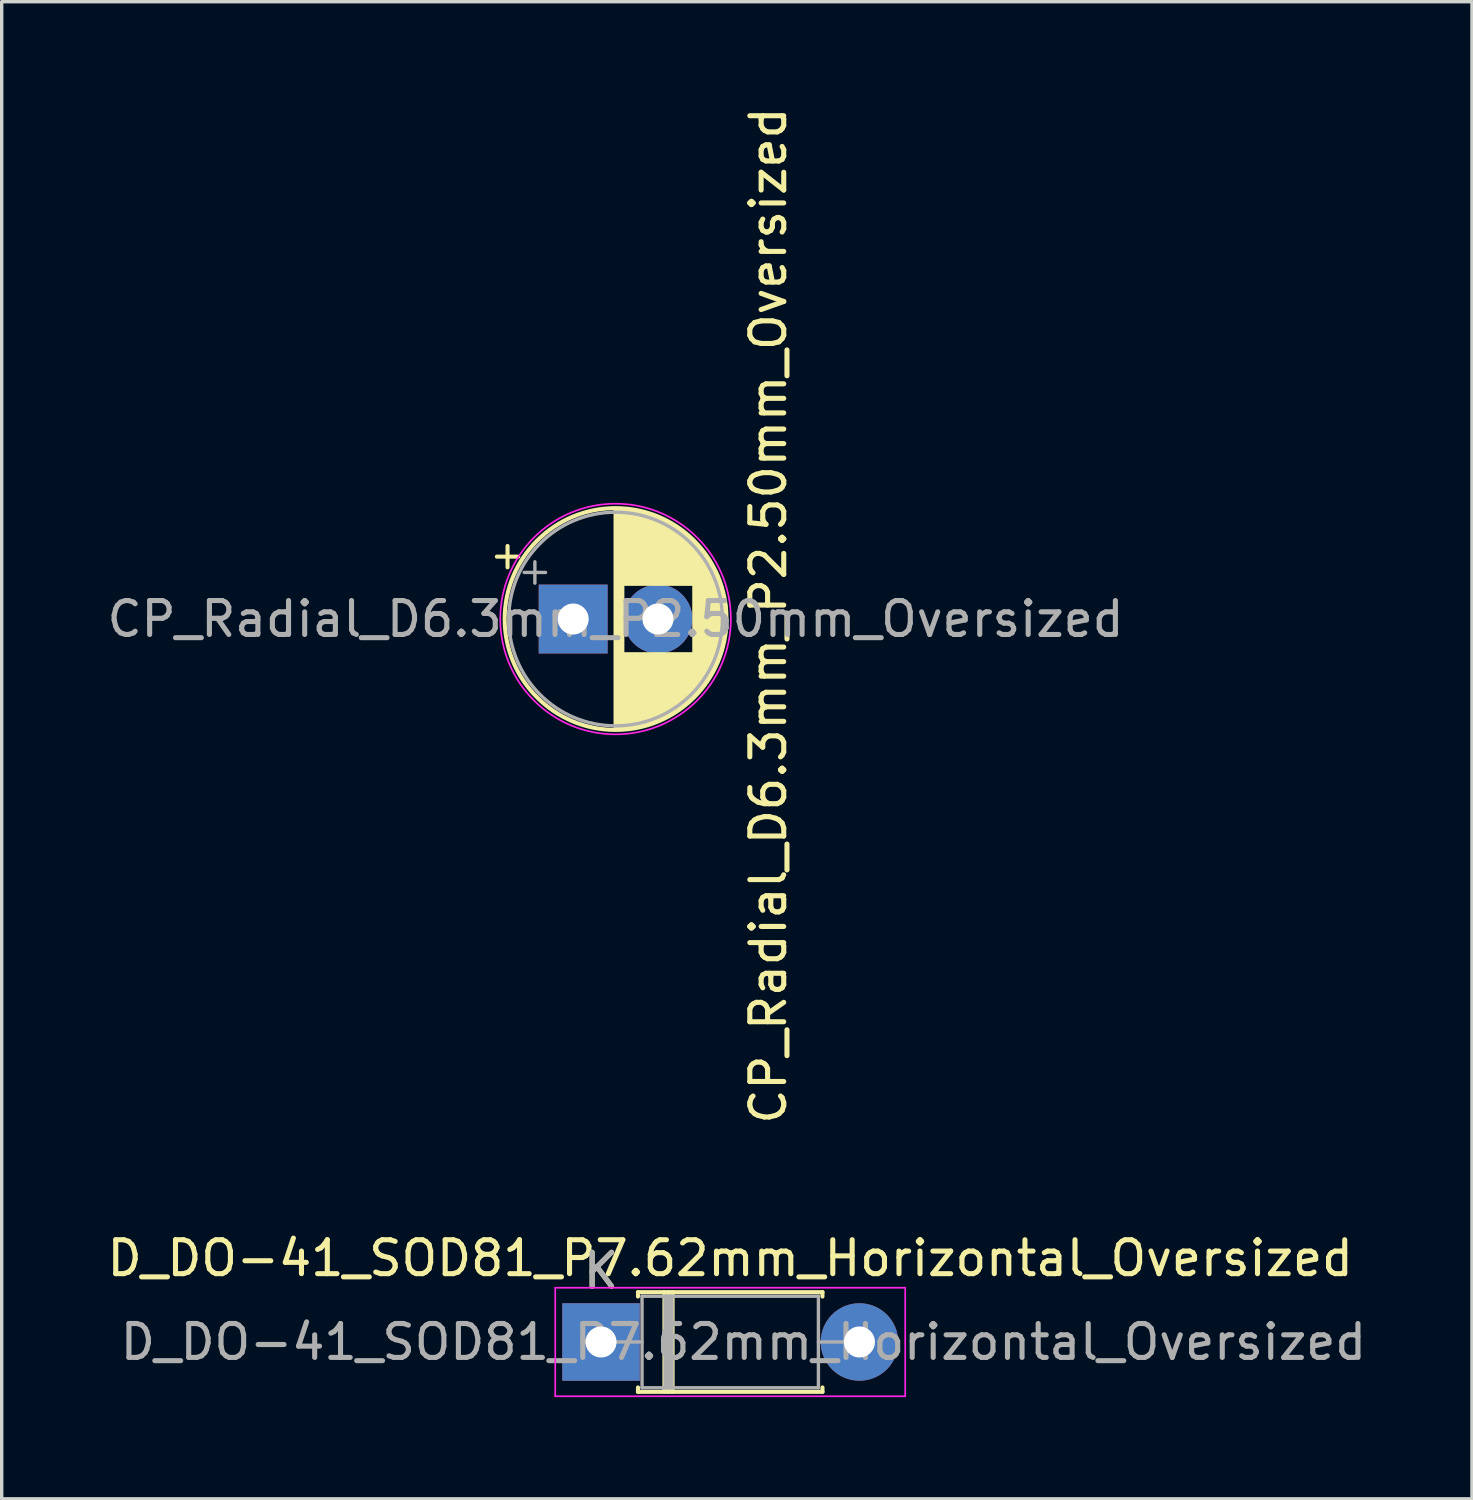
<source format=kicad_pcb>
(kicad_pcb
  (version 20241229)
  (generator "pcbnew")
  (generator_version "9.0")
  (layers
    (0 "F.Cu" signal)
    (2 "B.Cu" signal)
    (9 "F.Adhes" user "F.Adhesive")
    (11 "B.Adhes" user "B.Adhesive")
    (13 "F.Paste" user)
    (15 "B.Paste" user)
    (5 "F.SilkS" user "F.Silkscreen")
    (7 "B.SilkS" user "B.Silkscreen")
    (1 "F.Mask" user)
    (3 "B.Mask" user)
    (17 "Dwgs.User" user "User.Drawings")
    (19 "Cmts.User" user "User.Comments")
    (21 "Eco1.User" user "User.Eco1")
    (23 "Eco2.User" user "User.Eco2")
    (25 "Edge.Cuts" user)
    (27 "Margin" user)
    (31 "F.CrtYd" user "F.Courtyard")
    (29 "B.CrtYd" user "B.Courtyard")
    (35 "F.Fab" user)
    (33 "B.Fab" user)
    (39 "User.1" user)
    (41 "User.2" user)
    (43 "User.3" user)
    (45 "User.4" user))
  (footprint "D_DO-41_SOD81_P7.62mm_Horizontal_Oversized"
    (layer "F.Cu")
    (at 14.672 36.521)
    (property "Reference" "D_DO-41_SOD81_P7.62mm_Horizontal_Oversized" (at 3.81 -2.47 0) (layer "F.SilkS") (effects (font (size 1 1) (thickness 0.15))))
    (attr through_hole)
    (fp_line (start 1.09 -1.47) (end 6.53 -1.47) (stroke (width 0.12) (type solid)) (layer "F.SilkS"))
    (fp_line (start 1.09 -1.34) (end 1.09 -1.47) (stroke (width 0.12) (type solid)) (layer "F.SilkS"))
    (fp_line (start 1.09 1.34) (end 1.09 1.47) (stroke (width 0.12) (type solid)) (layer "F.SilkS"))
    (fp_line (start 1.09 1.47) (end 6.53 1.47) (stroke (width 0.12) (type solid)) (layer "F.SilkS"))
    (fp_line (start 1.87 -1.47) (end 1.87 1.47) (stroke (width 0.12) (type solid)) (layer "F.SilkS"))
    (fp_line (start 1.99 -1.47) (end 1.99 1.47) (stroke (width 0.12) (type solid)) (layer "F.SilkS"))
    (fp_line (start 2.11 -1.47) (end 2.11 1.47) (stroke (width 0.12) (type solid)) (layer "F.SilkS"))
    (fp_line (start 6.53 -1.47) (end 6.53 -1.34) (stroke (width 0.12) (type solid)) (layer "F.SilkS"))
    (fp_line (start 6.53 1.47) (end 6.53 1.34) (stroke (width 0.12) (type solid)) (layer "F.SilkS"))
    (fp_line (start -1.35 -1.6) (end -1.35 1.6) (stroke (width 0.05) (type solid)) (layer "F.CrtYd"))
    (fp_line (start -1.35 1.6) (end 8.97 1.6) (stroke (width 0.05) (type solid)) (layer "F.CrtYd"))
    (fp_line (start 8.97 -1.6) (end -1.35 -1.6) (stroke (width 0.05) (type solid)) (layer "F.CrtYd"))
    (fp_line (start 8.97 1.6) (end 8.97 -1.6) (stroke (width 0.05) (type solid)) (layer "F.CrtYd"))
    (fp_line (start 0 0) (end 1.21 0) (stroke (width 0.1) (type solid)) (layer "F.Fab"))
    (fp_line (start 1.21 -1.35) (end 1.21 1.35) (stroke (width 0.1) (type solid)) (layer "F.Fab"))
    (fp_line (start 1.21 1.35) (end 6.41 1.35) (stroke (width 0.1) (type solid)) (layer "F.Fab"))
    (fp_line (start 1.89 -1.35) (end 1.89 1.35) (stroke (width 0.1) (type solid)) (layer "F.Fab"))
    (fp_line (start 1.99 -1.35) (end 1.99 1.35) (stroke (width 0.1) (type solid)) (layer "F.Fab"))
    (fp_line (start 2.09 -1.35) (end 2.09 1.35) (stroke (width 0.1) (type solid)) (layer "F.Fab"))
    (fp_line (start 6.41 -1.35) (end 1.21 -1.35) (stroke (width 0.1) (type solid)) (layer "F.Fab"))
    (fp_line (start 6.41 1.35) (end 6.41 -1.35) (stroke (width 0.1) (type solid)) (layer "F.Fab"))
    (fp_line (start 7.62 0) (end 6.41 0) (stroke (width 0.1) (type solid)) (layer "F.Fab"))
    (fp_text user "K" (at 0 -2.1 0) (layer "F.SilkS") (effects (font (size 1 1) (thickness 0.15))))
    (fp_text user "K" (at 0 -2.1 0) (layer "F.Fab") (effects (font (size 1 1) (thickness 0.15))))
    (fp_text user "${REFERENCE}" (at 4.2 0 0) (layer "F.Fab") (effects (font (size 1 1) (thickness 0.15))))
    (pad "1" thru_hole rect (at 0 0) (size 2.286 2.286) (drill 0.914) (layers "*.Cu" "*.Mask"))
    (pad "2" thru_hole oval (at 7.62 0) (size 2.286 2.286) (drill 0.914) (layers "*.Cu" "*.Mask")))
  (footprint "CP_Radial_D6.3mm_P2.50mm_Oversized"
    (layer "F.Cu")
    (at 13.851 15.203)
    (property "Reference" "CP_Radial_D6.3mm_P2.50mm_Oversized" (at 5.754 -0.102 90) (layer "F.SilkS") (effects (font (size 1 1) (thickness 0.15))))
    (attr through_hole)
    (fp_line (start -2.25 -1.839) (end -1.62 -1.839) (stroke (width 0.12) (type solid)) (layer "F.SilkS"))
    (fp_line (start -1.935 -2.154) (end -1.935 -1.524) (stroke (width 0.12) (type solid)) (layer "F.SilkS"))
    (fp_line (start 1.25 -3.23) (end 1.25 3.23) (stroke (width 0.12) (type solid)) (layer "F.SilkS"))
    (fp_line (start 1.29 -3.23) (end 1.29 3.23) (stroke (width 0.12) (type solid)) (layer "F.SilkS"))
    (fp_line (start 1.33 -3.23) (end 1.33 3.23) (stroke (width 0.12) (type solid)) (layer "F.SilkS"))
    (fp_line (start 1.37 -3.228) (end 1.37 3.228) (stroke (width 0.12) (type solid)) (layer "F.SilkS"))
    (fp_line (start 1.41 -3.227) (end 1.41 3.227) (stroke (width 0.12) (type solid)) (layer "F.SilkS"))
    (fp_line (start 1.45 -3.224) (end 1.45 3.224) (stroke (width 0.12) (type solid)) (layer "F.SilkS"))
    (fp_line (start 1.49 -3.222) (end 1.49 -1.04) (stroke (width 0.12) (type solid)) (layer "F.SilkS"))
    (fp_line (start 1.49 1.04) (end 1.49 3.222) (stroke (width 0.12) (type solid)) (layer "F.SilkS"))
    (fp_line (start 1.53 -3.218) (end 1.53 -1.04) (stroke (width 0.12) (type solid)) (layer "F.SilkS"))
    (fp_line (start 1.53 1.04) (end 1.53 3.218) (stroke (width 0.12) (type solid)) (layer "F.SilkS"))
    (fp_line (start 1.57 -3.215) (end 1.57 -1.04) (stroke (width 0.12) (type solid)) (layer "F.SilkS"))
    (fp_line (start 1.57 1.04) (end 1.57 3.215) (stroke (width 0.12) (type solid)) (layer "F.SilkS"))
    (fp_line (start 1.61 -3.211) (end 1.61 -1.04) (stroke (width 0.12) (type solid)) (layer "F.SilkS"))
    (fp_line (start 1.61 1.04) (end 1.61 3.211) (stroke (width 0.12) (type solid)) (layer "F.SilkS"))
    (fp_line (start 1.65 -3.206) (end 1.65 -1.04) (stroke (width 0.12) (type solid)) (layer "F.SilkS"))
    (fp_line (start 1.65 1.04) (end 1.65 3.206) (stroke (width 0.12) (type solid)) (layer "F.SilkS"))
    (fp_line (start 1.69 -3.201) (end 1.69 -1.04) (stroke (width 0.12) (type solid)) (layer "F.SilkS"))
    (fp_line (start 1.69 1.04) (end 1.69 3.201) (stroke (width 0.12) (type solid)) (layer "F.SilkS"))
    (fp_line (start 1.73 -3.195) (end 1.73 -1.04) (stroke (width 0.12) (type solid)) (layer "F.SilkS"))
    (fp_line (start 1.73 1.04) (end 1.73 3.195) (stroke (width 0.12) (type solid)) (layer "F.SilkS"))
    (fp_line (start 1.77 -3.189) (end 1.77 -1.04) (stroke (width 0.12) (type solid)) (layer "F.SilkS"))
    (fp_line (start 1.77 1.04) (end 1.77 3.189) (stroke (width 0.12) (type solid)) (layer "F.SilkS"))
    (fp_line (start 1.81 -3.182) (end 1.81 -1.04) (stroke (width 0.12) (type solid)) (layer "F.SilkS"))
    (fp_line (start 1.81 1.04) (end 1.81 3.182) (stroke (width 0.12) (type solid)) (layer "F.SilkS"))
    (fp_line (start 1.85 -3.175) (end 1.85 -1.04) (stroke (width 0.12) (type solid)) (layer "F.SilkS"))
    (fp_line (start 1.85 1.04) (end 1.85 3.175) (stroke (width 0.12) (type solid)) (layer "F.SilkS"))
    (fp_line (start 1.89 -3.167) (end 1.89 -1.04) (stroke (width 0.12) (type solid)) (layer "F.SilkS"))
    (fp_line (start 1.89 1.04) (end 1.89 3.167) (stroke (width 0.12) (type solid)) (layer "F.SilkS"))
    (fp_line (start 1.93 -3.159) (end 1.93 -1.04) (stroke (width 0.12) (type solid)) (layer "F.SilkS"))
    (fp_line (start 1.93 1.04) (end 1.93 3.159) (stroke (width 0.12) (type solid)) (layer "F.SilkS"))
    (fp_line (start 1.971 -3.15) (end 1.971 -1.04) (stroke (width 0.12) (type solid)) (layer "F.SilkS"))
    (fp_line (start 1.971 1.04) (end 1.971 3.15) (stroke (width 0.12) (type solid)) (layer "F.SilkS"))
    (fp_line (start 2.011 -3.141) (end 2.011 -1.04) (stroke (width 0.12) (type solid)) (layer "F.SilkS"))
    (fp_line (start 2.011 1.04) (end 2.011 3.141) (stroke (width 0.12) (type solid)) (layer "F.SilkS"))
    (fp_line (start 2.051 -3.131) (end 2.051 -1.04) (stroke (width 0.12) (type solid)) (layer "F.SilkS"))
    (fp_line (start 2.051 1.04) (end 2.051 3.131) (stroke (width 0.12) (type solid)) (layer "F.SilkS"))
    (fp_line (start 2.091 -3.121) (end 2.091 -1.04) (stroke (width 0.12) (type solid)) (layer "F.SilkS"))
    (fp_line (start 2.091 1.04) (end 2.091 3.121) (stroke (width 0.12) (type solid)) (layer "F.SilkS"))
    (fp_line (start 2.131 -3.11) (end 2.131 -1.04) (stroke (width 0.12) (type solid)) (layer "F.SilkS"))
    (fp_line (start 2.131 1.04) (end 2.131 3.11) (stroke (width 0.12) (type solid)) (layer "F.SilkS"))
    (fp_line (start 2.171 -3.098) (end 2.171 -1.04) (stroke (width 0.12) (type solid)) (layer "F.SilkS"))
    (fp_line (start 2.171 1.04) (end 2.171 3.098) (stroke (width 0.12) (type solid)) (layer "F.SilkS"))
    (fp_line (start 2.211 -3.086) (end 2.211 -1.04) (stroke (width 0.12) (type solid)) (layer "F.SilkS"))
    (fp_line (start 2.211 1.04) (end 2.211 3.086) (stroke (width 0.12) (type solid)) (layer "F.SilkS"))
    (fp_line (start 2.251 -3.074) (end 2.251 -1.04) (stroke (width 0.12) (type solid)) (layer "F.SilkS"))
    (fp_line (start 2.251 1.04) (end 2.251 3.074) (stroke (width 0.12) (type solid)) (layer "F.SilkS"))
    (fp_line (start 2.291 -3.061) (end 2.291 -1.04) (stroke (width 0.12) (type solid)) (layer "F.SilkS"))
    (fp_line (start 2.291 1.04) (end 2.291 3.061) (stroke (width 0.12) (type solid)) (layer "F.SilkS"))
    (fp_line (start 2.331 -3.047) (end 2.331 -1.04) (stroke (width 0.12) (type solid)) (layer "F.SilkS"))
    (fp_line (start 2.331 1.04) (end 2.331 3.047) (stroke (width 0.12) (type solid)) (layer "F.SilkS"))
    (fp_line (start 2.371 -3.033) (end 2.371 -1.04) (stroke (width 0.12) (type solid)) (layer "F.SilkS"))
    (fp_line (start 2.371 1.04) (end 2.371 3.033) (stroke (width 0.12) (type solid)) (layer "F.SilkS"))
    (fp_line (start 2.411 -3.018) (end 2.411 -1.04) (stroke (width 0.12) (type solid)) (layer "F.SilkS"))
    (fp_line (start 2.411 1.04) (end 2.411 3.018) (stroke (width 0.12) (type solid)) (layer "F.SilkS"))
    (fp_line (start 2.451 -3.002) (end 2.451 -1.04) (stroke (width 0.12) (type solid)) (layer "F.SilkS"))
    (fp_line (start 2.451 1.04) (end 2.451 3.002) (stroke (width 0.12) (type solid)) (layer "F.SilkS"))
    (fp_line (start 2.491 -2.986) (end 2.491 -1.04) (stroke (width 0.12) (type solid)) (layer "F.SilkS"))
    (fp_line (start 2.491 1.04) (end 2.491 2.986) (stroke (width 0.12) (type solid)) (layer "F.SilkS"))
    (fp_line (start 2.531 -2.97) (end 2.531 -1.04) (stroke (width 0.12) (type solid)) (layer "F.SilkS"))
    (fp_line (start 2.531 1.04) (end 2.531 2.97) (stroke (width 0.12) (type solid)) (layer "F.SilkS"))
    (fp_line (start 2.571 -2.952) (end 2.571 -1.04) (stroke (width 0.12) (type solid)) (layer "F.SilkS"))
    (fp_line (start 2.571 1.04) (end 2.571 2.952) (stroke (width 0.12) (type solid)) (layer "F.SilkS"))
    (fp_line (start 2.611 -2.934) (end 2.611 -1.04) (stroke (width 0.12) (type solid)) (layer "F.SilkS"))
    (fp_line (start 2.611 1.04) (end 2.611 2.934) (stroke (width 0.12) (type solid)) (layer "F.SilkS"))
    (fp_line (start 2.651 -2.916) (end 2.651 -1.04) (stroke (width 0.12) (type solid)) (layer "F.SilkS"))
    (fp_line (start 2.651 1.04) (end 2.651 2.916) (stroke (width 0.12) (type solid)) (layer "F.SilkS"))
    (fp_line (start 2.691 -2.896) (end 2.691 -1.04) (stroke (width 0.12) (type solid)) (layer "F.SilkS"))
    (fp_line (start 2.691 1.04) (end 2.691 2.896) (stroke (width 0.12) (type solid)) (layer "F.SilkS"))
    (fp_line (start 2.731 -2.876) (end 2.731 -1.04) (stroke (width 0.12) (type solid)) (layer "F.SilkS"))
    (fp_line (start 2.731 1.04) (end 2.731 2.876) (stroke (width 0.12) (type solid)) (layer "F.SilkS"))
    (fp_line (start 2.771 -2.856) (end 2.771 -1.04) (stroke (width 0.12) (type solid)) (layer "F.SilkS"))
    (fp_line (start 2.771 1.04) (end 2.771 2.856) (stroke (width 0.12) (type solid)) (layer "F.SilkS"))
    (fp_line (start 2.811 -2.834) (end 2.811 -1.04) (stroke (width 0.12) (type solid)) (layer "F.SilkS"))
    (fp_line (start 2.811 1.04) (end 2.811 2.834) (stroke (width 0.12) (type solid)) (layer "F.SilkS"))
    (fp_line (start 2.851 -2.812) (end 2.851 -1.04) (stroke (width 0.12) (type solid)) (layer "F.SilkS"))
    (fp_line (start 2.851 1.04) (end 2.851 2.812) (stroke (width 0.12) (type solid)) (layer "F.SilkS"))
    (fp_line (start 2.891 -2.79) (end 2.891 -1.04) (stroke (width 0.12) (type solid)) (layer "F.SilkS"))
    (fp_line (start 2.891 1.04) (end 2.891 2.79) (stroke (width 0.12) (type solid)) (layer "F.SilkS"))
    (fp_line (start 2.931 -2.766) (end 2.931 -1.04) (stroke (width 0.12) (type solid)) (layer "F.SilkS"))
    (fp_line (start 2.931 1.04) (end 2.931 2.766) (stroke (width 0.12) (type solid)) (layer "F.SilkS"))
    (fp_line (start 2.971 -2.742) (end 2.971 -1.04) (stroke (width 0.12) (type solid)) (layer "F.SilkS"))
    (fp_line (start 2.971 1.04) (end 2.971 2.742) (stroke (width 0.12) (type solid)) (layer "F.SilkS"))
    (fp_line (start 3.011 -2.716) (end 3.011 -1.04) (stroke (width 0.12) (type solid)) (layer "F.SilkS"))
    (fp_line (start 3.011 1.04) (end 3.011 2.716) (stroke (width 0.12) (type solid)) (layer "F.SilkS"))
    (fp_line (start 3.051 -2.69) (end 3.051 -1.04) (stroke (width 0.12) (type solid)) (layer "F.SilkS"))
    (fp_line (start 3.051 1.04) (end 3.051 2.69) (stroke (width 0.12) (type solid)) (layer "F.SilkS"))
    (fp_line (start 3.091 -2.664) (end 3.091 -1.04) (stroke (width 0.12) (type solid)) (layer "F.SilkS"))
    (fp_line (start 3.091 1.04) (end 3.091 2.664) (stroke (width 0.12) (type solid)) (layer "F.SilkS"))
    (fp_line (start 3.131 -2.636) (end 3.131 -1.04) (stroke (width 0.12) (type solid)) (layer "F.SilkS"))
    (fp_line (start 3.131 1.04) (end 3.131 2.636) (stroke (width 0.12) (type solid)) (layer "F.SilkS"))
    (fp_line (start 3.171 -2.607) (end 3.171 -1.04) (stroke (width 0.12) (type solid)) (layer "F.SilkS"))
    (fp_line (start 3.171 1.04) (end 3.171 2.607) (stroke (width 0.12) (type solid)) (layer "F.SilkS"))
    (fp_line (start 3.211 -2.578) (end 3.211 -1.04) (stroke (width 0.12) (type solid)) (layer "F.SilkS"))
    (fp_line (start 3.211 1.04) (end 3.211 2.578) (stroke (width 0.12) (type solid)) (layer "F.SilkS"))
    (fp_line (start 3.251 -2.548) (end 3.251 -1.04) (stroke (width 0.12) (type solid)) (layer "F.SilkS"))
    (fp_line (start 3.251 1.04) (end 3.251 2.548) (stroke (width 0.12) (type solid)) (layer "F.SilkS"))
    (fp_line (start 3.291 -2.516) (end 3.291 -1.04) (stroke (width 0.12) (type solid)) (layer "F.SilkS"))
    (fp_line (start 3.291 1.04) (end 3.291 2.516) (stroke (width 0.12) (type solid)) (layer "F.SilkS"))
    (fp_line (start 3.331 -2.484) (end 3.331 -1.04) (stroke (width 0.12) (type solid)) (layer "F.SilkS"))
    (fp_line (start 3.331 1.04) (end 3.331 2.484) (stroke (width 0.12) (type solid)) (layer "F.SilkS"))
    (fp_line (start 3.371 -2.45) (end 3.371 -1.04) (stroke (width 0.12) (type solid)) (layer "F.SilkS"))
    (fp_line (start 3.371 1.04) (end 3.371 2.45) (stroke (width 0.12) (type solid)) (layer "F.SilkS"))
    (fp_line (start 3.411 -2.416) (end 3.411 -1.04) (stroke (width 0.12) (type solid)) (layer "F.SilkS"))
    (fp_line (start 3.411 1.04) (end 3.411 2.416) (stroke (width 0.12) (type solid)) (layer "F.SilkS"))
    (fp_line (start 3.451 -2.38) (end 3.451 -1.04) (stroke (width 0.12) (type solid)) (layer "F.SilkS"))
    (fp_line (start 3.451 1.04) (end 3.451 2.38) (stroke (width 0.12) (type solid)) (layer "F.SilkS"))
    (fp_line (start 3.491 -2.343) (end 3.491 -1.04) (stroke (width 0.12) (type solid)) (layer "F.SilkS"))
    (fp_line (start 3.491 1.04) (end 3.491 2.343) (stroke (width 0.12) (type solid)) (layer "F.SilkS"))
    (fp_line (start 3.531 -2.305) (end 3.531 -1.04) (stroke (width 0.12) (type solid)) (layer "F.SilkS"))
    (fp_line (start 3.531 1.04) (end 3.531 2.305) (stroke (width 0.12) (type solid)) (layer "F.SilkS"))
    (fp_line (start 3.571 -2.265) (end 3.571 2.265) (stroke (width 0.12) (type solid)) (layer "F.SilkS"))
    (fp_line (start 3.611 -2.224) (end 3.611 2.224) (stroke (width 0.12) (type solid)) (layer "F.SilkS"))
    (fp_line (start 3.651 -2.182) (end 3.651 2.182) (stroke (width 0.12) (type solid)) (layer "F.SilkS"))
    (fp_line (start 3.691 -2.137) (end 3.691 2.137) (stroke (width 0.12) (type solid)) (layer "F.SilkS"))
    (fp_line (start 3.731 -2.092) (end 3.731 2.092) (stroke (width 0.12) (type solid)) (layer "F.SilkS"))
    (fp_line (start 3.771 -2.044) (end 3.771 2.044) (stroke (width 0.12) (type solid)) (layer "F.SilkS"))
    (fp_line (start 3.811 -1.995) (end 3.811 1.995) (stroke (width 0.12) (type solid)) (layer "F.SilkS"))
    (fp_line (start 3.851 -1.944) (end 3.851 1.944) (stroke (width 0.12) (type solid)) (layer "F.SilkS"))
    (fp_line (start 3.891 -1.89) (end 3.891 1.89) (stroke (width 0.12) (type solid)) (layer "F.SilkS"))
    (fp_line (start 3.931 -1.834) (end 3.931 1.834) (stroke (width 0.12) (type solid)) (layer "F.SilkS"))
    (fp_line (start 3.971 -1.776) (end 3.971 1.776) (stroke (width 0.12) (type solid)) (layer "F.SilkS"))
    (fp_line (start 4.011 -1.714) (end 4.011 1.714) (stroke (width 0.12) (type solid)) (layer "F.SilkS"))
    (fp_line (start 4.051 -1.65) (end 4.051 1.65) (stroke (width 0.12) (type solid)) (layer "F.SilkS"))
    (fp_line (start 4.091 -1.581) (end 4.091 1.581) (stroke (width 0.12) (type solid)) (layer "F.SilkS"))
    (fp_line (start 4.131 -1.509) (end 4.131 1.509) (stroke (width 0.12) (type solid)) (layer "F.SilkS"))
    (fp_line (start 4.171 -1.432) (end 4.171 1.432) (stroke (width 0.12) (type solid)) (layer "F.SilkS"))
    (fp_line (start 4.211 -1.35) (end 4.211 1.35) (stroke (width 0.12) (type solid)) (layer "F.SilkS"))
    (fp_line (start 4.251 -1.262) (end 4.251 1.262) (stroke (width 0.12) (type solid)) (layer "F.SilkS"))
    (fp_line (start 4.291 -1.165) (end 4.291 1.165) (stroke (width 0.12) (type solid)) (layer "F.SilkS"))
    (fp_line (start 4.331 -1.059) (end 4.331 1.059) (stroke (width 0.12) (type solid)) (layer "F.SilkS"))
    (fp_line (start 4.371 -0.94) (end 4.371 0.94) (stroke (width 0.12) (type solid)) (layer "F.SilkS"))
    (fp_line (start 4.411 -0.802) (end 4.411 0.802) (stroke (width 0.12) (type solid)) (layer "F.SilkS"))
    (fp_line (start 4.451 -0.633) (end 4.451 0.633) (stroke (width 0.12) (type solid)) (layer "F.SilkS"))
    (fp_line (start 4.491 -0.402) (end 4.491 0.402) (stroke (width 0.12) (type solid)) (layer "F.SilkS"))
    (fp_circle (center 1.25 0) (end 4.52 0) (stroke (width 0.12) (type solid)) (fill no) (layer "F.SilkS"))
    (fp_circle (center 1.25 0) (end 4.65 0) (stroke (width 0.05) (type solid)) (fill no) (layer "F.CrtYd"))
    (fp_line (start -1.444 -1.373) (end -0.814 -1.373) (stroke (width 0.1) (type solid)) (layer "F.Fab"))
    (fp_line (start -1.129 -1.688) (end -1.129 -1.058) (stroke (width 0.1) (type solid)) (layer "F.Fab"))
    (fp_circle (center 1.25 0) (end 4.4 0) (stroke (width 0.1) (type solid)) (fill no) (layer "F.Fab"))
    (fp_text user "${REFERENCE}" (at 1.25 0 0) (layer "F.Fab") (effects (font (size 1 1) (thickness 0.15))))
    (pad "1" thru_hole rect (at 0 0) (size 2.032 2.032) (drill 0.914) (layers "*.Cu" "*.Mask"))
    (pad "2" thru_hole circle (at 2.5 0) (size 2.032 2.032) (drill 0.914) (layers "*.Cu" "*.Mask")))
  (gr_rect
    (start -3 -3)
    (end 40.354 41.146)
    (stroke (width 0.1) (type default))
    (fill no)
    (layer "Edge.Cuts")))
</source>
